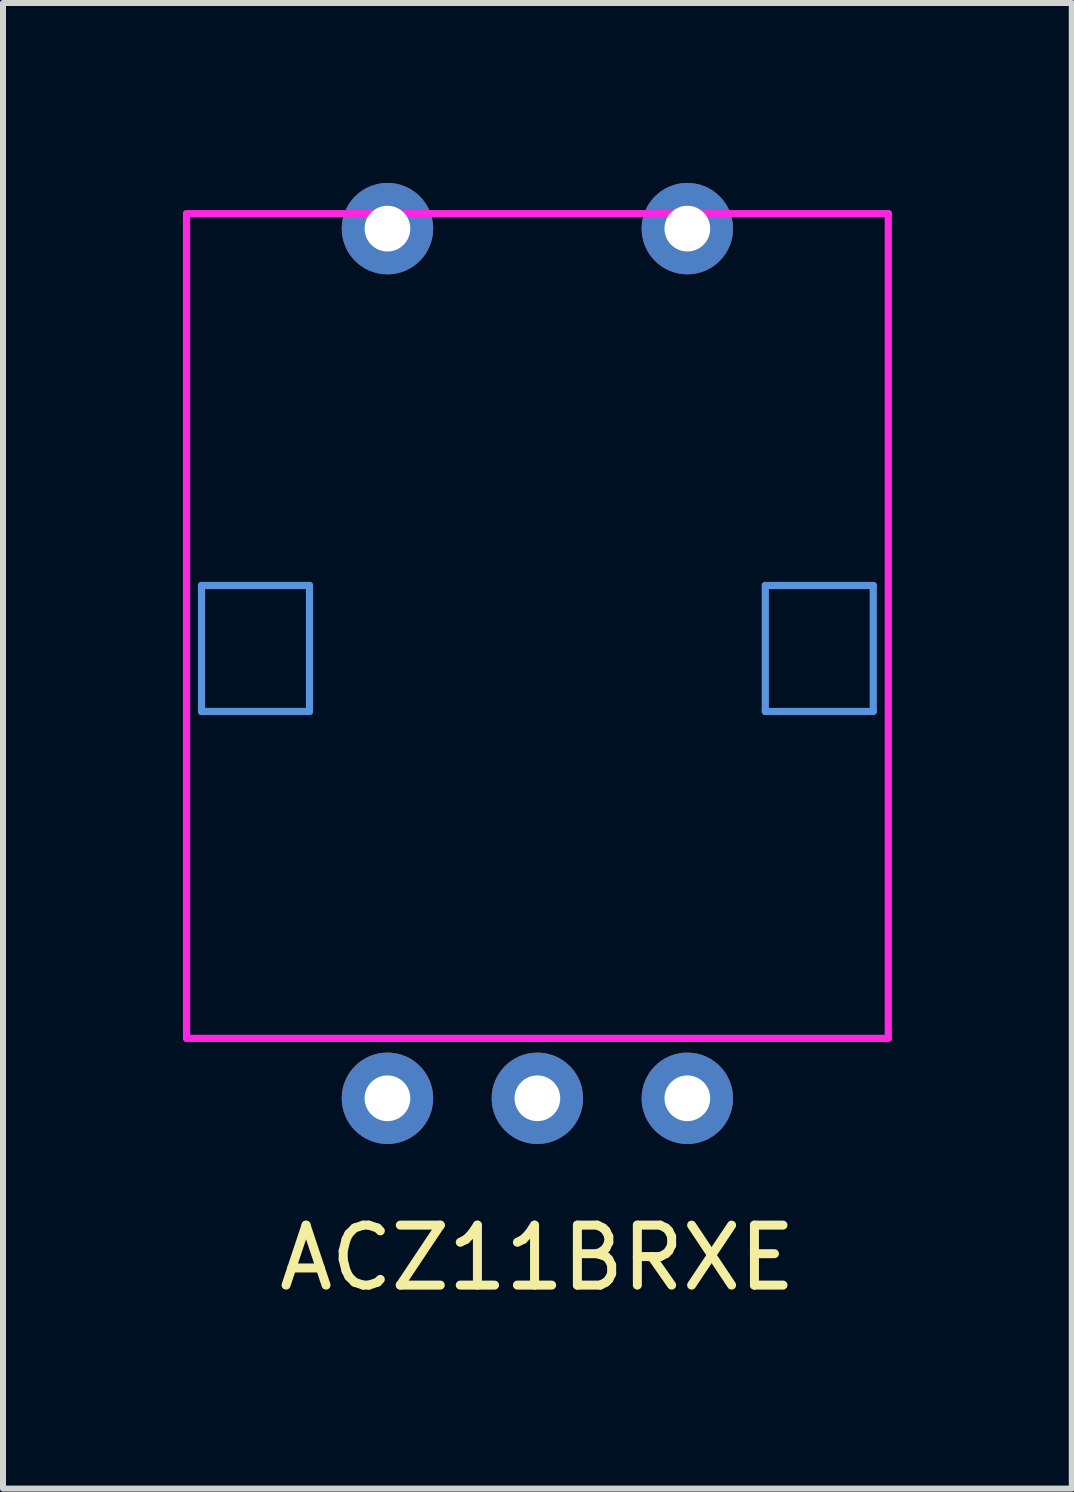
<source format=kicad_pcb>
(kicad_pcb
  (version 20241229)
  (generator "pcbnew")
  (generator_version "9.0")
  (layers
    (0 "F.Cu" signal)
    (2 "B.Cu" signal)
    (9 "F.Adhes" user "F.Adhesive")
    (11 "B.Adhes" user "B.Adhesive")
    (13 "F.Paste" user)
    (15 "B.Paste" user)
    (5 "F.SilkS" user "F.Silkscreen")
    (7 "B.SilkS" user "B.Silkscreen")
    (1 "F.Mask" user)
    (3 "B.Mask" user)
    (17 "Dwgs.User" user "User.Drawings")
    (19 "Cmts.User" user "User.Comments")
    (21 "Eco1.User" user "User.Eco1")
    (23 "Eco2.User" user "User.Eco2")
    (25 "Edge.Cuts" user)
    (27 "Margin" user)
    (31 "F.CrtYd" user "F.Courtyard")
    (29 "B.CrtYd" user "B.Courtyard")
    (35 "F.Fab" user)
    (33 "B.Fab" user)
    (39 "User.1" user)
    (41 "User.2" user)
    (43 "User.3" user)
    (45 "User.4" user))
  (footprint "ACZ11BRXE"
    (layer "F.Cu")
    (at 5.91 7.762)
    (property "Reference" "ACZ11BRXE" (at 0 10.16 0) (layer "F.SilkS") (effects (font (size 1 1) (thickness 0.15))))
    (attr through_hole)
    (fp_line (start -5.6 -1.05) (end -5.6 1.05) (stroke (width 0.12) (type solid)) (layer "Cmts.User"))
    (fp_line (start -5.6 -1.05) (end -3.8 -1.05) (stroke (width 0.12) (type solid)) (layer "Cmts.User"))
    (fp_line (start -3.8 -1.05) (end -3.8 1.05) (stroke (width 0.12) (type solid)) (layer "Cmts.User"))
    (fp_line (start -3.8 1.05) (end -5.6 1.05) (stroke (width 0.12) (type solid)) (layer "Cmts.User"))
    (fp_line (start 3.8 -1.05) (end 3.8 1.05) (stroke (width 0.12) (type solid)) (layer "Cmts.User"))
    (fp_line (start 3.8 -1.05) (end 5.6 -1.05) (stroke (width 0.12) (type solid)) (layer "Cmts.User"))
    (fp_line (start 5.6 -1.05) (end 5.6 1.05) (stroke (width 0.12) (type solid)) (layer "Cmts.User"))
    (fp_line (start 5.6 1.05) (end 3.8 1.05) (stroke (width 0.12) (type solid)) (layer "Cmts.User"))
    (fp_line (start -5.85 -7.25) (end -5.85 6.5) (stroke (width 0.12) (type solid)) (layer "F.CrtYd"))
    (fp_line (start -5.85 -7.25) (end 5.85 -7.25) (stroke (width 0.12) (type solid)) (layer "F.CrtYd"))
    (fp_line (start -5.85 6.5) (end 5.85 6.5) (stroke (width 0.12) (type solid)) (layer "F.CrtYd"))
    (fp_line (start 5.85 -7.25) (end 5.85 6.5) (stroke (width 0.12) (type solid)) (layer "F.CrtYd"))
    (pad "1" thru_hole circle (at -2.5 7.5) (size 1.524 1.524) (drill 0.762) (layers "*.Cu" "*.Mask"))
    (pad "2" thru_hole circle (at 0 7.5) (size 1.524 1.524) (drill 0.762) (layers "*.Cu" "*.Mask"))
    (pad "3" thru_hole circle (at 2.5 7.5) (size 1.524 1.524) (drill 0.762) (layers "*.Cu" "*.Mask"))
    (pad "4" thru_hole circle (at -2.5 -7) (size 1.524 1.524) (drill 0.762) (layers "*.Cu" "*.Mask"))
    (pad "5" thru_hole circle (at 2.5 -7) (size 1.524 1.524) (drill 0.762) (layers "*.Cu" "*.Mask")))
  (gr_rect
    (start -3 -3)
    (end 14.82 21.77)
    (stroke (width 0.1) (type default))
    (fill no)
    (layer "Edge.Cuts")))
</source>
